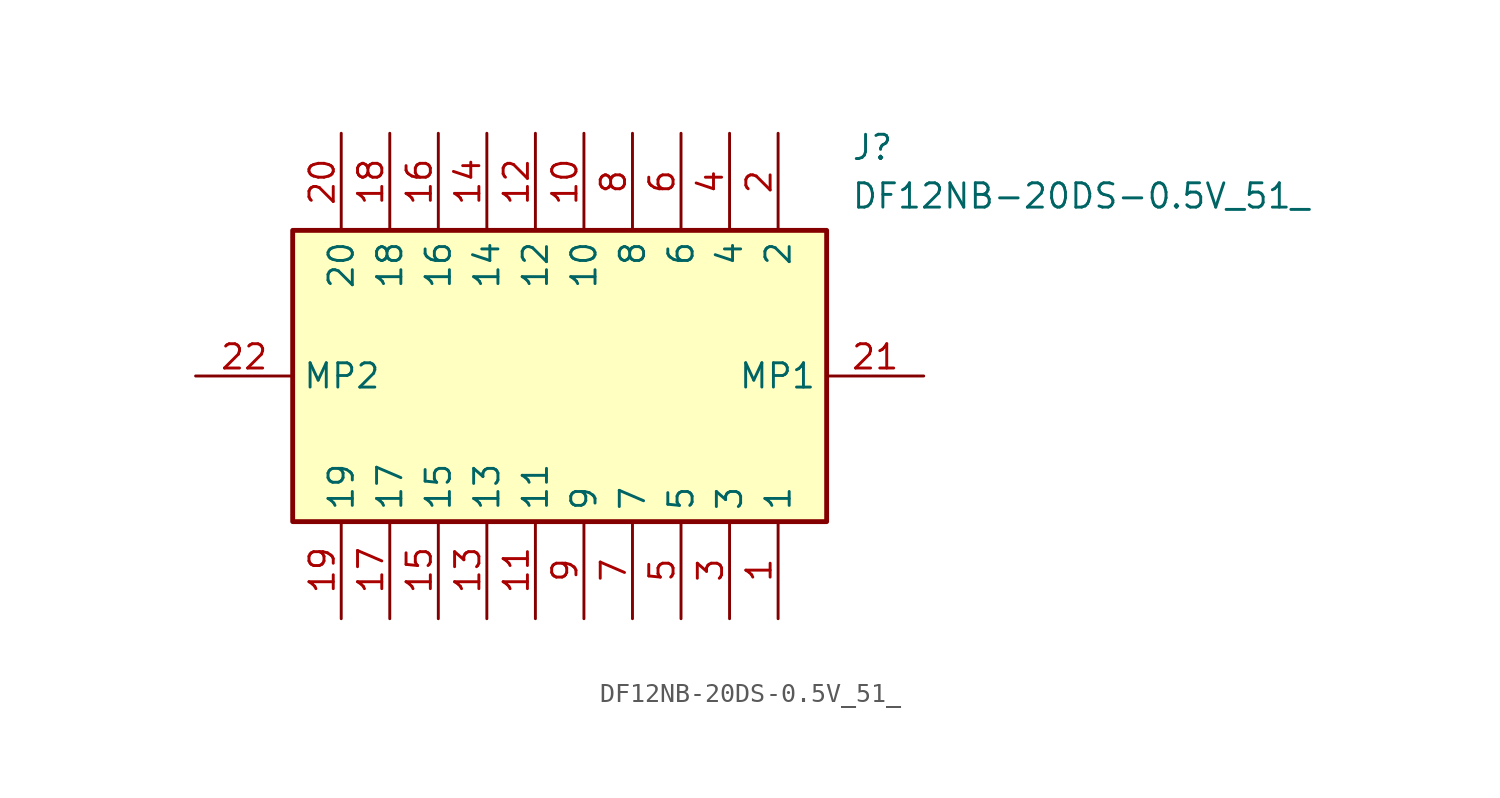
<source format=kicad_sym>
(kicad_symbol_lib
  (version 20211014)
  (generator SamacSys_ECAD_Model)
  (symbol "DF12NB-20DS-0.5V_51_"
    (property "Reference" "J"
      (at 34.29 12.7 0)
      (effects (font (size 1.27 1.27)) (justify left top)))
    (property "Value" "DF12NB-20DS-0.5V_51_"
      (at 34.29 10.16 0)
      (effects (font (size 1.27 1.27)) (justify left top)))
    (rectangle
      (start 5.08 7.62)
      (end 33.02 -7.62)
      (stroke (width 0.254) (type default))
      (fill (type background)))
    (pin passive line
      (at 30.48 -12.7 90)
      (length 5.08)
      (name "1" (effects (font (size 1.27 1.27))))
      (number "1" (effects (font (size 1.27 1.27)))))
    (pin passive line
      (at 30.48 12.7 270)
      (length 5.08)
      (name "2" (effects (font (size 1.27 1.27))))
      (number "2" (effects (font (size 1.27 1.27)))))
    (pin passive line
      (at 27.94 -12.7 90)
      (length 5.08)
      (name "3" (effects (font (size 1.27 1.27))))
      (number "3" (effects (font (size 1.27 1.27)))))
    (pin passive line
      (at 27.94 12.7 270)
      (length 5.08)
      (name "4" (effects (font (size 1.27 1.27))))
      (number "4" (effects (font (size 1.27 1.27)))))
    (pin passive line
      (at 25.4 -12.7 90)
      (length 5.08)
      (name "5" (effects (font (size 1.27 1.27))))
      (number "5" (effects (font (size 1.27 1.27)))))
    (pin passive line
      (at 25.4 12.7 270)
      (length 5.08)
      (name "6" (effects (font (size 1.27 1.27))))
      (number "6" (effects (font (size 1.27 1.27)))))
    (pin passive line
      (at 22.86 -12.7 90)
      (length 5.08)
      (name "7" (effects (font (size 1.27 1.27))))
      (number "7" (effects (font (size 1.27 1.27)))))
    (pin passive line
      (at 22.86 12.7 270)
      (length 5.08)
      (name "8" (effects (font (size 1.27 1.27))))
      (number "8" (effects (font (size 1.27 1.27)))))
    (pin passive line
      (at 20.32 -12.7 90)
      (length 5.08)
      (name "9" (effects (font (size 1.27 1.27))))
      (number "9" (effects (font (size 1.27 1.27)))))
    (pin passive line
      (at 20.32 12.7 270)
      (length 5.08)
      (name "10" (effects (font (size 1.27 1.27))))
      (number "10" (effects (font (size 1.27 1.27)))))
    (pin passive line
      (at 17.78 -12.7 90)
      (length 5.08)
      (name "11" (effects (font (size 1.27 1.27))))
      (number "11" (effects (font (size 1.27 1.27)))))
    (pin passive line
      (at 17.78 12.7 270)
      (length 5.08)
      (name "12" (effects (font (size 1.27 1.27))))
      (number "12" (effects (font (size 1.27 1.27)))))
    (pin passive line
      (at 15.24 -12.7 90)
      (length 5.08)
      (name "13" (effects (font (size 1.27 1.27))))
      (number "13" (effects (font (size 1.27 1.27)))))
    (pin passive line
      (at 15.24 12.7 270)
      (length 5.08)
      (name "14" (effects (font (size 1.27 1.27))))
      (number "14" (effects (font (size 1.27 1.27)))))
    (pin passive line
      (at 12.7 -12.7 90)
      (length 5.08)
      (name "15" (effects (font (size 1.27 1.27))))
      (number "15" (effects (font (size 1.27 1.27)))))
    (pin passive line
      (at 12.7 12.7 270)
      (length 5.08)
      (name "16" (effects (font (size 1.27 1.27))))
      (number "16" (effects (font (size 1.27 1.27)))))
    (pin passive line
      (at 10.16 -12.7 90)
      (length 5.08)
      (name "17" (effects (font (size 1.27 1.27))))
      (number "17" (effects (font (size 1.27 1.27)))))
    (pin passive line
      (at 10.16 12.7 270)
      (length 5.08)
      (name "18" (effects (font (size 1.27 1.27))))
      (number "18" (effects (font (size 1.27 1.27)))))
    (pin passive line
      (at 7.62 -12.7 90)
      (length 5.08)
      (name "19" (effects (font (size 1.27 1.27))))
      (number "19" (effects (font (size 1.27 1.27)))))
    (pin passive line
      (at 7.62 12.7 270)
      (length 5.08)
      (name "20" (effects (font (size 1.27 1.27))))
      (number "20" (effects (font (size 1.27 1.27)))))
    (pin passive line
      (at 38.1 0 180)
      (length 5.08)
      (name "MP1" (effects (font (size 1.27 1.27))))
      (number "21" (effects (font (size 1.27 1.27)))))
    (pin passive line
      (at 0 0 0)
      (length 5.08)
      (name "MP2" (effects (font (size 1.27 1.27))))
      (number "22" (effects (font (size 1.27 1.27)))))))
</source>
